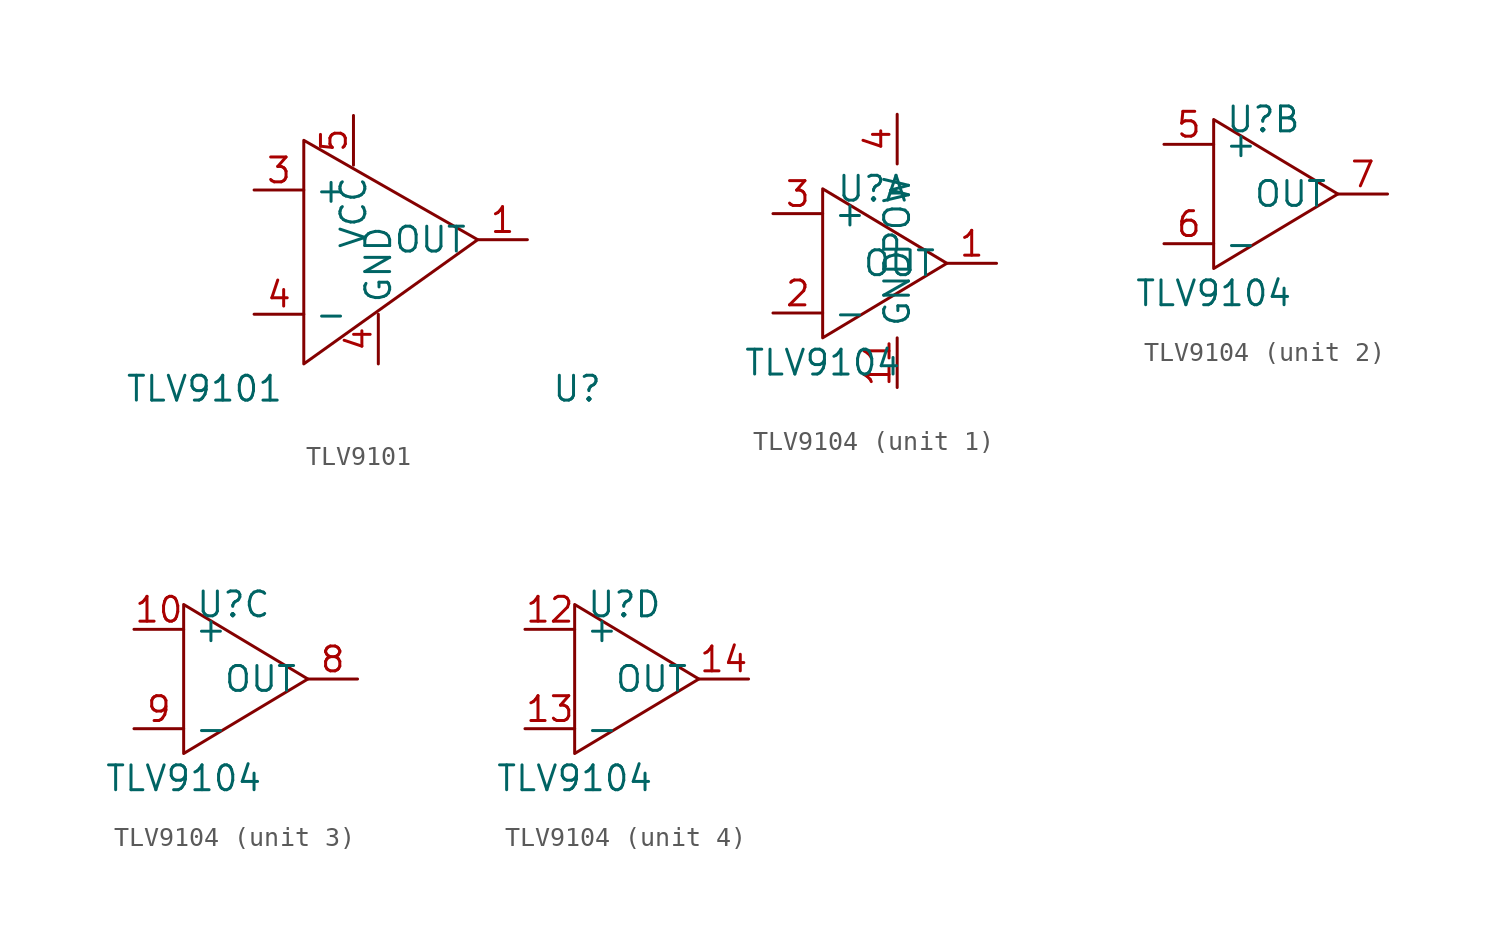
<source format=kicad_sym>
(kicad_symbol_lib
  (version 20211014)
  (generator kicad_symbol_editor)
  (symbol "TLV9101"
    (property "Reference" "U"
      (at 13.97 -7.62 0)
      (effects (font (size 1.27 1.27))))
    (property "Value" "TLV9101"
      (at -5.08 -7.62 0)
      (effects (font (size 1.27 1.27))))
    (symbol "TLV9101_0_1"
      (polyline (pts (xy 0 5.08) (xy 0 -6.35) (xy 8.89 0) (xy 0 5.08)) (stroke (width 0) (type default) (color 0 0 0 0)) (fill (type none))))
    (symbol "TLV9101_1_1"
      (pin power_in line (at 11.43 0 180) (length 2.54) (name "OUT" (effects (font (size 1.27 1.27)))) (number "1" (effects (font (size 1.27 1.27)))))
      (pin power_in line (at -2.54 2.54 0) (length 2.54) (name "+" (effects (font (size 1.27 1.27)))) (number "3" (effects (font (size 1.27 1.27)))))
      (pin power_in line (at -2.54 -3.81 0) (length 2.54) (name "-" (effects (font (size 1.27 1.27)))) (number "4" (effects (font (size 1.27 1.27)))))
      (pin power_in line (at 3.81 -6.35 90) (length 2.54) (name "GND" (effects (font (size 1.27 1.27)))) (number "4" (effects (font (size 1.27 1.27)))))
      (pin power_in line (at 2.54 6.35 270) (length 2.54) (name "VCC" (effects (font (size 1.27 1.27)))) (number "5" (effects (font (size 1.27 1.27)))))))
  (symbol "TLV9104"
    (property "Reference" "U"
      (at 2.54 3.81 0)
      (effects (font (size 1.27 1.27))))
    (property "Value" "TLV9104"
      (at 0 -5.08 0)
      (effects (font (size 1.27 1.27))))
    (property "ki_locked" ""
      (at 0 0 0)
      (effects (font (size 1.27 1.27))))
    (symbol "TLV9104_0_1"
      (polyline (pts (xy 0 3.81) (xy 6.35 0) (xy 0 -3.81) (xy 0 3.81)) (stroke (width 0) (type default) (color 0 0 0 0)) (fill (type none))))
    (symbol "TLV9104_1_1"
      (pin output line (at 8.89 0 180) (length 2.54) (name "OUT" (effects (font (size 1.27 1.27)))) (number "1" (effects (font (size 1.27 1.27)))))
      (pin power_in line (at 3.81 -6.35 90) (length 2.54) (name "GND" (effects (font (size 1.27 1.27)))) (number "11" (effects (font (size 1.27 1.27)))))
      (pin input line (at -2.54 -2.54 0) (length 2.54) (name "-" (effects (font (size 1.27 1.27)))) (number "2" (effects (font (size 1.27 1.27)))))
      (pin input line (at -2.54 2.54 0) (length 2.54) (name "+" (effects (font (size 1.27 1.27)))) (number "3" (effects (font (size 1.27 1.27)))))
      (pin power_in line (at 3.81 7.62 270) (length 2.54) (name "POW" (effects (font (size 1.27 1.27)))) (number "4" (effects (font (size 1.27 1.27))))))
    (symbol "TLV9104_2_1"
      (pin input line (at -2.54 2.54 0) (length 2.54) (name "+" (effects (font (size 1.27 1.27)))) (number "5" (effects (font (size 1.27 1.27)))))
      (pin input line (at -2.54 -2.54 0) (length 2.54) (name "-" (effects (font (size 1.27 1.27)))) (number "6" (effects (font (size 1.27 1.27)))))
      (pin output line (at 8.89 0 180) (length 2.54) (name "OUT" (effects (font (size 1.27 1.27)))) (number "7" (effects (font (size 1.27 1.27))))))
    (symbol "TLV9104_3_1"
      (pin input line (at -2.54 2.54 0) (length 2.54) (name "+" (effects (font (size 1.27 1.27)))) (number "10" (effects (font (size 1.27 1.27)))))
      (pin output line (at 8.89 0 180) (length 2.54) (name "OUT" (effects (font (size 1.27 1.27)))) (number "8" (effects (font (size 1.27 1.27)))))
      (pin input line (at -2.54 -2.54 0) (length 2.54) (name "-" (effects (font (size 1.27 1.27)))) (number "9" (effects (font (size 1.27 1.27))))))
    (symbol "TLV9104_4_1"
      (pin input line (at -2.54 2.54 0) (length 2.54) (name "+" (effects (font (size 1.27 1.27)))) (number "12" (effects (font (size 1.27 1.27)))))
      (pin input line (at -2.54 -2.54 0) (length 2.54) (name "-" (effects (font (size 1.27 1.27)))) (number "13" (effects (font (size 1.27 1.27)))))
      (pin output line (at 8.89 0 180) (length 2.54) (name "OUT" (effects (font (size 1.27 1.27)))) (number "14" (effects (font (size 1.27 1.27))))))))
</source>
